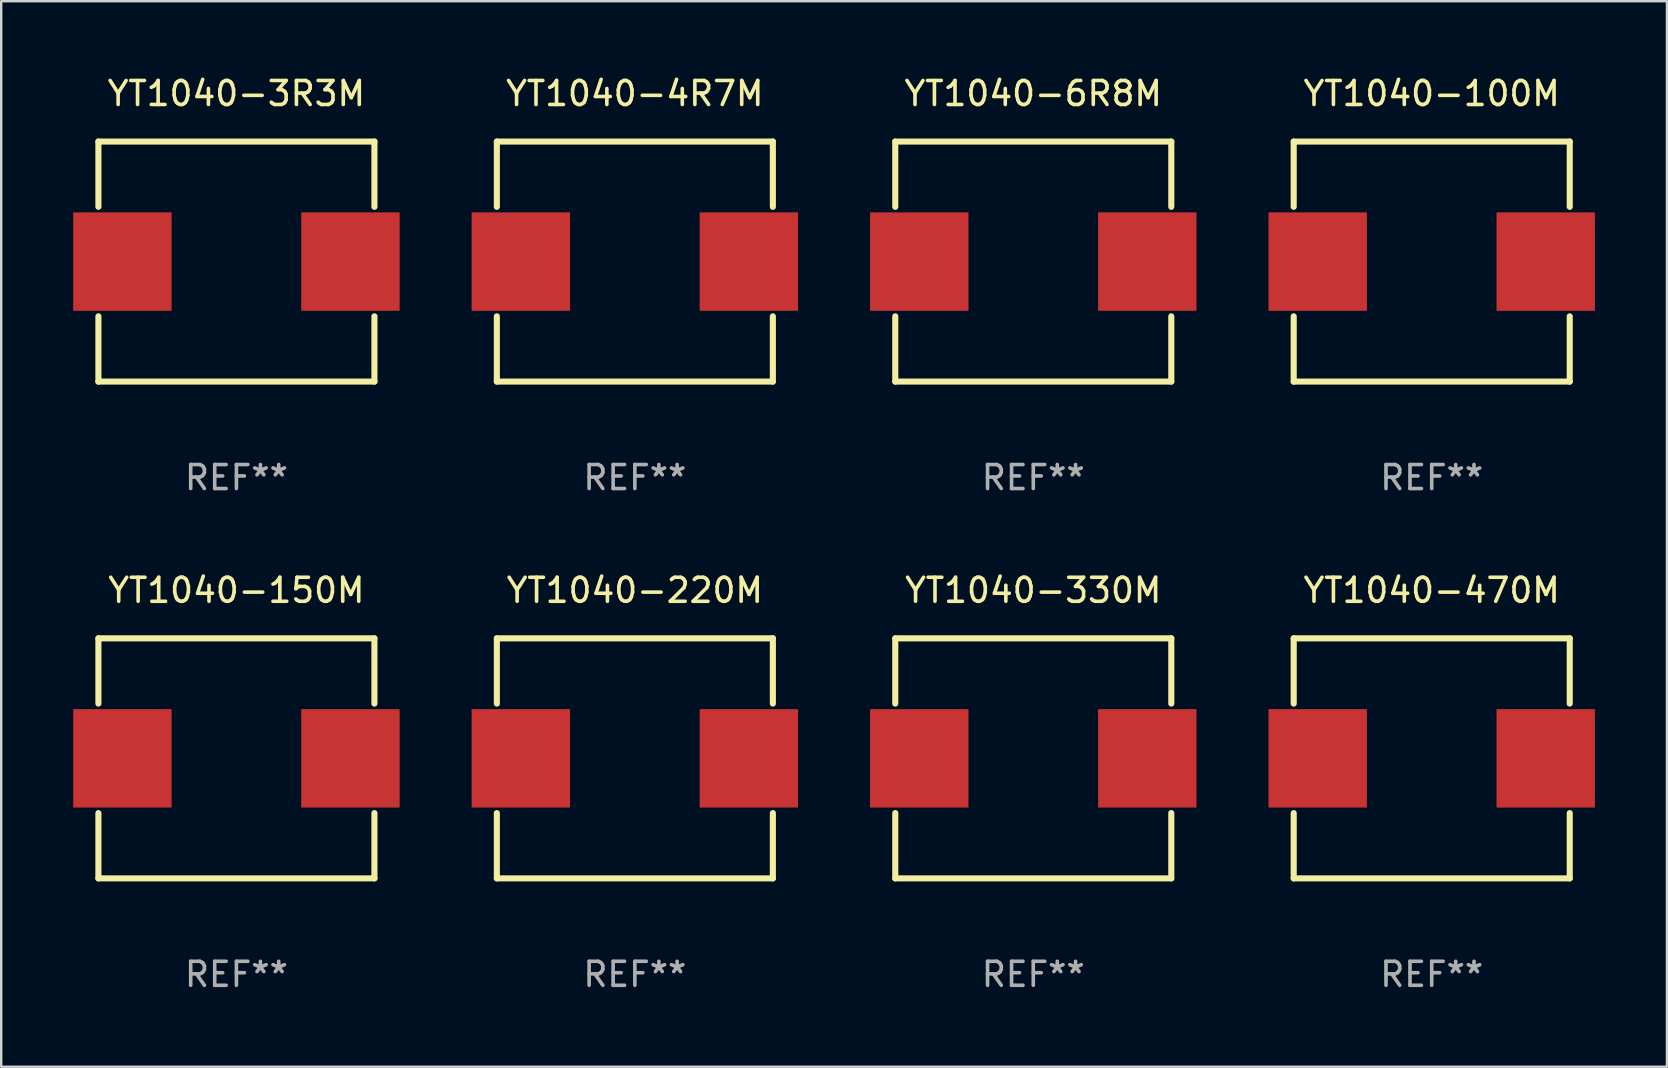
<source format=kicad_pcb>
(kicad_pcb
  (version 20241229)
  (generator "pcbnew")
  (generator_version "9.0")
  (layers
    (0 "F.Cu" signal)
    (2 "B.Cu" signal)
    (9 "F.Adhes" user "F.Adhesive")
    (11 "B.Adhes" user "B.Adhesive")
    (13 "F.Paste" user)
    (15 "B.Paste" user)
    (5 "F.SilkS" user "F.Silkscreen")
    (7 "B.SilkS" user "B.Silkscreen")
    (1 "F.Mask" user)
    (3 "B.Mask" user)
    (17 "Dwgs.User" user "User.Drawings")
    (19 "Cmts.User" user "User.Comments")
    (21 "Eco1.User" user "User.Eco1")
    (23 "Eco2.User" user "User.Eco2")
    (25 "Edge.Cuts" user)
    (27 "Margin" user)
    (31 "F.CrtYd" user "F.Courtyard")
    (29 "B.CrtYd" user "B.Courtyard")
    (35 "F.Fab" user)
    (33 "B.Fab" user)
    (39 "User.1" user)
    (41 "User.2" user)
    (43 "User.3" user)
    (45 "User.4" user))
  (footprint "YT1040-470M"
    (layer "F.Cu")
    (at 56.6 28.545)
    (property "Reference" "YT1040-470M" (at 0 -7 0) (layer "F.SilkS") (effects (font (size 1 1) (thickness 0.15))))
    (attr through_hole)
    (fp_line (start -5.75 -5) (end -5.75 -2.281) (stroke (width 0.254) (type solid)) (layer "F.SilkS"))
    (fp_line (start -5.75 -5) (end 5.75 -5) (stroke (width 0.254) (type solid)) (layer "F.SilkS"))
    (fp_line (start -5.75 2.281) (end -5.75 5) (stroke (width 0.254) (type solid)) (layer "F.SilkS"))
    (fp_line (start 5.75 -2.281) (end 5.75 -5) (stroke (width 0.254) (type solid)) (layer "F.SilkS"))
    (fp_line (start 5.75 5) (end -5.75 5) (stroke (width 0.254) (type solid)) (layer "F.SilkS"))
    (fp_line (start 5.75 5) (end 5.75 2.281) (stroke (width 0.254) (type solid)) (layer "F.SilkS"))
    (fp_circle (center -5.75 5) (end -5.7 5) (stroke (width 0.1) (type solid)) (fill no) (layer "F.SilkS"))
    (fp_text user "REF**" (at 0 9 0) (layer "F.Fab") (effects (font (size 1 1) (thickness 0.15))))
    (pad "1" smd rect (at -4.75 0) (size 4.1 4.1) (layers "F.Cu" "F.Mask" "F.Paste"))
    (pad "2" smd rect (at 4.75 0) (size 4.1 4.1) (layers "F.Cu" "F.Mask" "F.Paste")))
  (footprint "YT1040-6R8M"
    (layer "F.Cu")
    (at 40 7.848)
    (property "Reference" "YT1040-6R8M" (at 0 -7 0) (layer "F.SilkS") (effects (font (size 1 1) (thickness 0.15))))
    (attr through_hole)
    (fp_line (start -5.75 -5) (end -5.75 -2.281) (stroke (width 0.254) (type solid)) (layer "F.SilkS"))
    (fp_line (start -5.75 -5) (end 5.75 -5) (stroke (width 0.254) (type solid)) (layer "F.SilkS"))
    (fp_line (start -5.75 2.281) (end -5.75 5) (stroke (width 0.254) (type solid)) (layer "F.SilkS"))
    (fp_line (start 5.75 -2.281) (end 5.75 -5) (stroke (width 0.254) (type solid)) (layer "F.SilkS"))
    (fp_line (start 5.75 5) (end -5.75 5) (stroke (width 0.254) (type solid)) (layer "F.SilkS"))
    (fp_line (start 5.75 5) (end 5.75 2.281) (stroke (width 0.254) (type solid)) (layer "F.SilkS"))
    (fp_circle (center -5.75 5) (end -5.7 5) (stroke (width 0.1) (type solid)) (fill no) (layer "F.SilkS"))
    (fp_text user "REF**" (at 0 9 0) (layer "F.Fab") (effects (font (size 1 1) (thickness 0.15))))
    (pad "1" smd rect (at -4.75 0) (size 4.1 4.1) (layers "F.Cu" "F.Mask" "F.Paste"))
    (pad "2" smd rect (at 4.75 0) (size 4.1 4.1) (layers "F.Cu" "F.Mask" "F.Paste")))
  (footprint "YT1040-220M"
    (layer "F.Cu")
    (at 23.4 28.545)
    (property "Reference" "YT1040-220M" (at 0 -7 0) (layer "F.SilkS") (effects (font (size 1 1) (thickness 0.15))))
    (attr through_hole)
    (fp_line (start -5.75 -5) (end -5.75 -2.281) (stroke (width 0.254) (type solid)) (layer "F.SilkS"))
    (fp_line (start -5.75 -5) (end 5.75 -5) (stroke (width 0.254) (type solid)) (layer "F.SilkS"))
    (fp_line (start -5.75 2.281) (end -5.75 5) (stroke (width 0.254) (type solid)) (layer "F.SilkS"))
    (fp_line (start 5.75 -2.281) (end 5.75 -5) (stroke (width 0.254) (type solid)) (layer "F.SilkS"))
    (fp_line (start 5.75 5) (end -5.75 5) (stroke (width 0.254) (type solid)) (layer "F.SilkS"))
    (fp_line (start 5.75 5) (end 5.75 2.281) (stroke (width 0.254) (type solid)) (layer "F.SilkS"))
    (fp_circle (center -5.75 5) (end -5.7 5) (stroke (width 0.1) (type solid)) (fill no) (layer "F.SilkS"))
    (fp_text user "REF**" (at 0 9 0) (layer "F.Fab") (effects (font (size 1 1) (thickness 0.15))))
    (pad "1" smd rect (at -4.75 0) (size 4.1 4.1) (layers "F.Cu" "F.Mask" "F.Paste"))
    (pad "2" smd rect (at 4.75 0) (size 4.1 4.1) (layers "F.Cu" "F.Mask" "F.Paste")))
  (footprint "YT1040-3R3M"
    (layer "F.Cu")
    (at 6.8 7.848)
    (property "Reference" "YT1040-3R3M" (at 0 -7 0) (layer "F.SilkS") (effects (font (size 1 1) (thickness 0.15))))
    (attr through_hole)
    (fp_line (start -5.75 -5) (end -5.75 -2.281) (stroke (width 0.254) (type solid)) (layer "F.SilkS"))
    (fp_line (start -5.75 -5) (end 5.75 -5) (stroke (width 0.254) (type solid)) (layer "F.SilkS"))
    (fp_line (start -5.75 2.281) (end -5.75 5) (stroke (width 0.254) (type solid)) (layer "F.SilkS"))
    (fp_line (start 5.75 -2.281) (end 5.75 -5) (stroke (width 0.254) (type solid)) (layer "F.SilkS"))
    (fp_line (start 5.75 5) (end -5.75 5) (stroke (width 0.254) (type solid)) (layer "F.SilkS"))
    (fp_line (start 5.75 5) (end 5.75 2.281) (stroke (width 0.254) (type solid)) (layer "F.SilkS"))
    (fp_circle (center -5.75 5) (end -5.7 5) (stroke (width 0.1) (type solid)) (fill no) (layer "F.SilkS"))
    (fp_text user "REF**" (at 0 9 0) (layer "F.Fab") (effects (font (size 1 1) (thickness 0.15))))
    (pad "1" smd rect (at -4.75 0) (size 4.1 4.1) (layers "F.Cu" "F.Mask" "F.Paste"))
    (pad "2" smd rect (at 4.75 0) (size 4.1 4.1) (layers "F.Cu" "F.Mask" "F.Paste")))
  (footprint "YT1040-150M"
    (layer "F.Cu")
    (at 6.8 28.545)
    (property "Reference" "YT1040-150M" (at 0 -7 0) (layer "F.SilkS") (effects (font (size 1 1) (thickness 0.15))))
    (attr through_hole)
    (fp_line (start -5.75 -5) (end -5.75 -2.281) (stroke (width 0.254) (type solid)) (layer "F.SilkS"))
    (fp_line (start -5.75 -5) (end 5.75 -5) (stroke (width 0.254) (type solid)) (layer "F.SilkS"))
    (fp_line (start -5.75 2.281) (end -5.75 5) (stroke (width 0.254) (type solid)) (layer "F.SilkS"))
    (fp_line (start 5.75 -2.281) (end 5.75 -5) (stroke (width 0.254) (type solid)) (layer "F.SilkS"))
    (fp_line (start 5.75 5) (end -5.75 5) (stroke (width 0.254) (type solid)) (layer "F.SilkS"))
    (fp_line (start 5.75 5) (end 5.75 2.281) (stroke (width 0.254) (type solid)) (layer "F.SilkS"))
    (fp_circle (center -5.75 5) (end -5.7 5) (stroke (width 0.1) (type solid)) (fill no) (layer "F.SilkS"))
    (fp_text user "REF**" (at 0 9 0) (layer "F.Fab") (effects (font (size 1 1) (thickness 0.15))))
    (pad "1" smd rect (at -4.75 0) (size 4.1 4.1) (layers "F.Cu" "F.Mask" "F.Paste"))
    (pad "2" smd rect (at 4.75 0) (size 4.1 4.1) (layers "F.Cu" "F.Mask" "F.Paste")))
  (footprint "YT1040-4R7M"
    (layer "F.Cu")
    (at 23.4 7.848)
    (property "Reference" "YT1040-4R7M" (at 0 -7 0) (layer "F.SilkS") (effects (font (size 1 1) (thickness 0.15))))
    (attr through_hole)
    (fp_line (start -5.75 -5) (end -5.75 -2.281) (stroke (width 0.254) (type solid)) (layer "F.SilkS"))
    (fp_line (start -5.75 -5) (end 5.75 -5) (stroke (width 0.254) (type solid)) (layer "F.SilkS"))
    (fp_line (start -5.75 2.281) (end -5.75 5) (stroke (width 0.254) (type solid)) (layer "F.SilkS"))
    (fp_line (start 5.75 -2.281) (end 5.75 -5) (stroke (width 0.254) (type solid)) (layer "F.SilkS"))
    (fp_line (start 5.75 5) (end -5.75 5) (stroke (width 0.254) (type solid)) (layer "F.SilkS"))
    (fp_line (start 5.75 5) (end 5.75 2.281) (stroke (width 0.254) (type solid)) (layer "F.SilkS"))
    (fp_circle (center -5.75 5) (end -5.7 5) (stroke (width 0.1) (type solid)) (fill no) (layer "F.SilkS"))
    (fp_text user "REF**" (at 0 9 0) (layer "F.Fab") (effects (font (size 1 1) (thickness 0.15))))
    (pad "1" smd rect (at -4.75 0) (size 4.1 4.1) (layers "F.Cu" "F.Mask" "F.Paste"))
    (pad "2" smd rect (at 4.75 0) (size 4.1 4.1) (layers "F.Cu" "F.Mask" "F.Paste")))
  (footprint "YT1040-330M"
    (layer "F.Cu")
    (at 40 28.545)
    (property "Reference" "YT1040-330M" (at 0 -7 0) (layer "F.SilkS") (effects (font (size 1 1) (thickness 0.15))))
    (attr through_hole)
    (fp_line (start -5.75 -5) (end -5.75 -2.281) (stroke (width 0.254) (type solid)) (layer "F.SilkS"))
    (fp_line (start -5.75 -5) (end 5.75 -5) (stroke (width 0.254) (type solid)) (layer "F.SilkS"))
    (fp_line (start -5.75 2.281) (end -5.75 5) (stroke (width 0.254) (type solid)) (layer "F.SilkS"))
    (fp_line (start 5.75 -2.281) (end 5.75 -5) (stroke (width 0.254) (type solid)) (layer "F.SilkS"))
    (fp_line (start 5.75 5) (end -5.75 5) (stroke (width 0.254) (type solid)) (layer "F.SilkS"))
    (fp_line (start 5.75 5) (end 5.75 2.281) (stroke (width 0.254) (type solid)) (layer "F.SilkS"))
    (fp_circle (center -5.75 5) (end -5.7 5) (stroke (width 0.1) (type solid)) (fill no) (layer "F.SilkS"))
    (fp_text user "REF**" (at 0 9 0) (layer "F.Fab") (effects (font (size 1 1) (thickness 0.15))))
    (pad "1" smd rect (at -4.75 0) (size 4.1 4.1) (layers "F.Cu" "F.Mask" "F.Paste"))
    (pad "2" smd rect (at 4.75 0) (size 4.1 4.1) (layers "F.Cu" "F.Mask" "F.Paste")))
  (footprint "YT1040-100M"
    (layer "F.Cu")
    (at 56.6 7.848)
    (property "Reference" "YT1040-100M" (at 0 -7 0) (layer "F.SilkS") (effects (font (size 1 1) (thickness 0.15))))
    (attr through_hole)
    (fp_line (start -5.75 -5) (end -5.75 -2.281) (stroke (width 0.254) (type solid)) (layer "F.SilkS"))
    (fp_line (start -5.75 -5) (end 5.75 -5) (stroke (width 0.254) (type solid)) (layer "F.SilkS"))
    (fp_line (start -5.75 2.281) (end -5.75 5) (stroke (width 0.254) (type solid)) (layer "F.SilkS"))
    (fp_line (start 5.75 -2.281) (end 5.75 -5) (stroke (width 0.254) (type solid)) (layer "F.SilkS"))
    (fp_line (start 5.75 5) (end -5.75 5) (stroke (width 0.254) (type solid)) (layer "F.SilkS"))
    (fp_line (start 5.75 5) (end 5.75 2.281) (stroke (width 0.254) (type solid)) (layer "F.SilkS"))
    (fp_circle (center -5.75 5) (end -5.7 5) (stroke (width 0.1) (type solid)) (fill no) (layer "F.SilkS"))
    (fp_text user "REF**" (at 0 9 0) (layer "F.Fab") (effects (font (size 1 1) (thickness 0.15))))
    (pad "1" smd rect (at -4.75 0) (size 4.1 4.1) (layers "F.Cu" "F.Mask" "F.Paste"))
    (pad "2" smd rect (at 4.75 0) (size 4.1 4.1) (layers "F.Cu" "F.Mask" "F.Paste")))
  (gr_rect
    (start -3 -3)
    (end 66.401 41.393)
    (stroke (width 0.1) (type default))
    (fill no)
    (layer "Edge.Cuts")))
</source>
